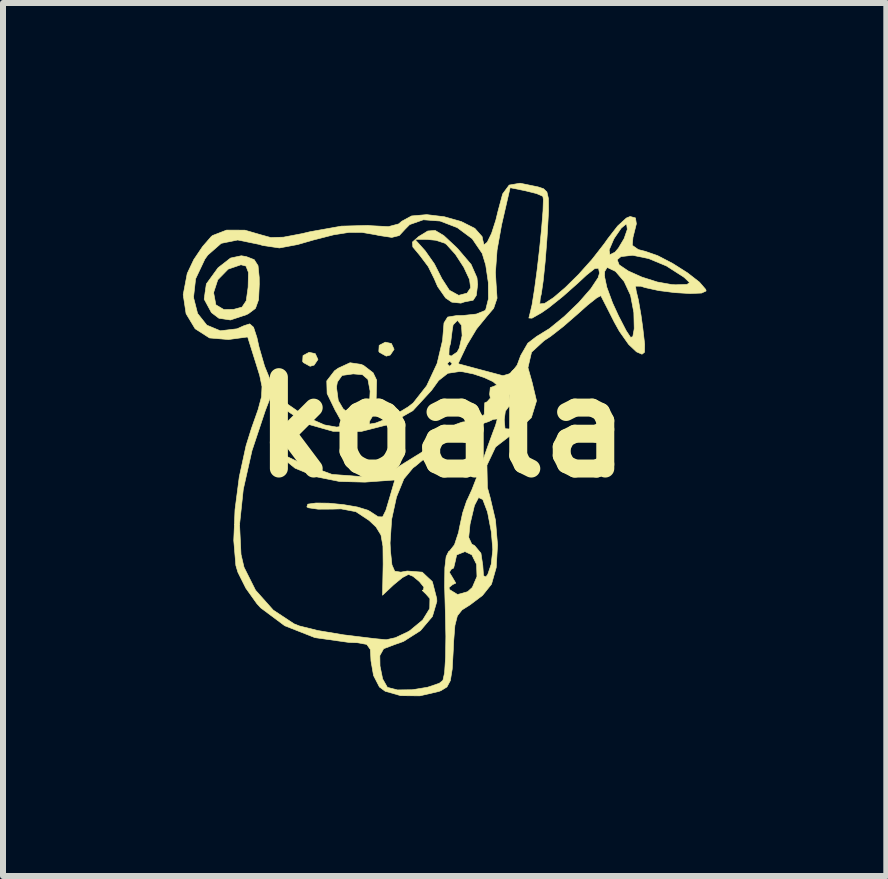
<source format=kicad_pcb>
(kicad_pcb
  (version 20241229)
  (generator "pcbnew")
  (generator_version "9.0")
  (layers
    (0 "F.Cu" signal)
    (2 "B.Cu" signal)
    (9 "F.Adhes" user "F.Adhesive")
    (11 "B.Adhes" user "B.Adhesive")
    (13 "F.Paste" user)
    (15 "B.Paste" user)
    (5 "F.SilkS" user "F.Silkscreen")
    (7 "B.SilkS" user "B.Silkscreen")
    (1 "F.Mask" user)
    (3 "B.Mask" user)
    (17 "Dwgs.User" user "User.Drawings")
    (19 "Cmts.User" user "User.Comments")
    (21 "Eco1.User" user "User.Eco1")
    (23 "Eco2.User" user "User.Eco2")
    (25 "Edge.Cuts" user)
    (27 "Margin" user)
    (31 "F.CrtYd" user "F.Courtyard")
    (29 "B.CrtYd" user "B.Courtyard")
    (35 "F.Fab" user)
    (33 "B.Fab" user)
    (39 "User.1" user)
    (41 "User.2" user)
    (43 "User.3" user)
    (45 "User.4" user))
  (footprint "koala"
    (layer "F.Cu")
    (at 4.322 4.074)
    (property "Reference" "koala" (at 0 0 0) (layer "F.SilkS") (effects (font (size 1.524 1.524) (thickness 0.3))))
    (attr through_hole)
    (fp_poly (pts (xy -2.115 -1.227) (xy -2.07 -1.129) (xy -2.134 -1.035) (xy -2.201 -1.016) (xy -2.312 -1.077) (xy -2.325 -1.095) (xy -2.319 -1.195) (xy -2.217 -1.249) (xy -2.115 -1.227)) (stroke (width 0.01) (type solid)) (fill yes) (layer "F.SilkS"))
    (fp_poly (pts (xy -0.845 -1.396) (xy -0.8 -1.299) (xy -0.864 -1.204) (xy -0.931 -1.185) (xy -1.042 -1.246) (xy -1.055 -1.264) (xy -1.049 -1.365) (xy -0.947 -1.418) (xy -0.845 -1.396)) (stroke (width 0.01) (type solid)) (fill yes) (layer "F.SilkS"))
    (fp_poly (pts (xy -3.265 -2.845) (xy -3.133 -2.794) (xy -3.069 -2.694) (xy -3.049 -2.495) (xy -3.048 -2.383) (xy -3.06 -2.126) (xy -3.112 -1.981) (xy -3.229 -1.893) (xy -3.264 -1.876) (xy -3.529 -1.788) (xy -3.722 -1.817) (xy -3.846 -1.911) (xy -3.967 -2.135) (xy -3.952 -2.245) (xy -3.81 -2.245) (xy -3.772 -2.041) (xy -3.639 -1.962) (xy -3.475 -1.965) (xy -3.336 -2.003) (xy -3.266 -2.108) (xy -3.235 -2.33) (xy -3.234 -2.349) (xy -3.229 -2.581) (xy -3.27 -2.687) (xy -3.354 -2.709) (xy -3.567 -2.636) (xy -3.74 -2.459) (xy -3.81 -2.245) (xy -3.952 -2.245) (xy -3.931 -2.389) (xy -3.74 -2.653) (xy -3.731 -2.662) (xy -3.527 -2.821) (xy -3.348 -2.859) (xy -3.265 -2.845)) (stroke (width 0.01) (type solid)) (fill yes) (layer "F.SilkS"))
    (fp_poly (pts (xy 0.03 -3.194) (xy 0.241 -2.997) (xy 0.264 -2.973) (xy 0.484 -2.715) (xy 0.582 -2.492) (xy 0.593 -2.381) (xy 0.571 -2.198) (xy 0.518 -2.117) (xy 0.515 -2.117) (xy 0.371 -2.089) (xy 0.314 -2.069) (xy 0.162 -2.085) (xy 0.059 -2.155) (xy -0.075 -2.347) (xy -0.131 -2.477) (xy -0.231 -2.679) (xy -0.37 -2.864) (xy -0.488 -3.006) (xy -0.494 -3.088) (xy -0.449 -3.128) (xy -0.282 -2.942) (xy -0.128 -2.723) (xy -0.003 -2.477) (xy 0.122 -2.284) (xy 0.277 -2.199) (xy 0.417 -2.236) (xy 0.476 -2.325) (xy 0.458 -2.463) (xy 0.362 -2.668) (xy 0.223 -2.882) (xy 0.075 -3.046) (xy 0.046 -3.068) (xy -0.103 -3.117) (xy -0.248 -3.131) (xy -0.443 -3.133) (xy -0.392 -3.178) (xy -0.386 -3.182) (xy -0.239 -3.272) (xy -0.115 -3.281) (xy 0.03 -3.194)) (stroke (width 0.01) (type solid)) (fill yes) (layer "F.SilkS"))
    (fp_poly (pts (xy 1.598 -4.008) (xy 1.599 -4.008) (xy 1.692 -3.977) (xy 1.748 -3.923) (xy 1.774 -3.812) (xy 1.776 -3.611) (xy 1.758 -3.286) (xy 1.748 -3.127) (xy 1.719 -2.756) (xy 1.686 -2.438) (xy 1.654 -2.219) (xy 1.638 -2.156) (xy 1.629 -2.056) (xy 1.71 -2.064) (xy 1.859 -2.161) (xy 2.055 -2.329) (xy 2.275 -2.546) (xy 2.496 -2.793) (xy 2.92 -2.793) (xy 2.953 -2.708) (xy 3.105 -2.605) (xy 3.333 -2.503) (xy 3.591 -2.421) (xy 3.834 -2.378) (xy 3.895 -2.375) (xy 4.085 -2.381) (xy 4.127 -2.412) (xy 4.044 -2.492) (xy 4.022 -2.509) (xy 3.741 -2.689) (xy 3.446 -2.812) (xy 3.178 -2.867) (xy 2.983 -2.845) (xy 2.92 -2.793) (xy 2.496 -2.793) (xy 2.499 -2.796) (xy 2.624 -2.956) (xy 2.786 -2.956) (xy 2.798 -2.876) (xy 2.883 -2.919) (xy 2.94 -2.985) (xy 3.036 -3.146) (xy 3.089 -3.299) (xy 3.078 -3.383) (xy 3.067 -3.386) (xy 2.988 -3.32) (xy 2.876 -3.158) (xy 2.861 -3.132) (xy 2.786 -2.956) (xy 2.624 -2.956) (xy 2.704 -3.059) (xy 2.765 -3.145) (xy 2.927 -3.354) (xy 3.073 -3.488) (xy 3.136 -3.514) (xy 3.225 -3.49) (xy 3.24 -3.392) (xy 3.187 -3.18) (xy 3.183 -3.165) (xy 3.172 -3.033) (xy 3.273 -2.962) (xy 3.388 -2.933) (xy 3.595 -2.861) (xy 3.845 -2.731) (xy 4.093 -2.574) (xy 4.292 -2.419) (xy 4.397 -2.297) (xy 4.403 -2.272) (xy 4.328 -2.237) (xy 4.137 -2.229) (xy 3.882 -2.244) (xy 3.614 -2.278) (xy 3.382 -2.329) (xy 3.316 -2.351) (xy 3.226 -2.352) (xy 3.237 -2.272) (xy 3.274 -2.12) (xy 3.318 -1.865) (xy 3.347 -1.655) (xy 3.378 -1.385) (xy 3.376 -1.25) (xy 3.334 -1.217) (xy 3.244 -1.256) (xy 3.242 -1.257) (xy 3.111 -1.381) (xy 2.956 -1.601) (xy 2.872 -1.752) (xy 2.754 -1.985) (xy 2.671 -2.147) (xy 2.648 -2.193) (xy 2.581 -2.158) (xy 2.427 -2.036) (xy 2.258 -1.885) (xy 2.022 -1.68) (xy 1.808 -1.513) (xy 1.701 -1.443) (xy 1.492 -1.251) (xy 1.432 -0.993) (xy 1.502 -0.746) (xy 1.575 -0.439) (xy 1.489 -0.159) (xy 1.253 0.065) (xy 1.187 0.102) (xy 0.892 0.33) (xy 0.748 0.634) (xy 0.756 1.007) (xy 0.802 1.174) (xy 0.891 1.553) (xy 0.925 1.963) (xy 0.903 2.34) (xy 0.824 2.618) (xy 0.675 2.805) (xy 0.466 2.963) (xy 0.333 3.047) (xy 0.255 3.146) (xy 0.214 3.307) (xy 0.193 3.573) (xy 0.187 3.714) (xy 0.169 4.034) (xy 0.138 4.226) (xy 0.081 4.332) (xy -0.018 4.393) (xy -0.052 4.406) (xy -0.37 4.48) (xy -0.69 4.477) (xy -0.949 4.403) (xy -1.045 4.332) (xy -1.143 4.141) (xy -1.186 3.894) (xy -1.186 3.888) (xy -1.19 3.808) (xy -1.038 3.808) (xy -1.035 3.982) (xy -0.991 4.198) (xy -0.914 4.334) (xy -0.908 4.339) (xy -0.745 4.381) (xy -0.5 4.378) (xy -0.244 4.337) (xy -0.046 4.27) (xy 0.014 4.221) (xy 0.042 4.095) (xy 0.058 3.838) (xy 0.063 3.488) (xy 0.055 3.106) (xy 0.043 2.676) (xy 0.114 2.676) (xy 0.127 2.709) (xy 0.258 2.79) (xy 0.426 2.743) (xy 0.504 2.672) (xy 0.582 2.49) (xy 0.575 2.287) (xy 0.496 2.128) (xy 0.381 2.074) (xy 0.243 2.13) (xy 0.223 2.223) (xy 0.193 2.348) (xy 0.15 2.371) (xy 0.122 2.421) (xy 0.169 2.498) (xy 0.229 2.6) (xy 0.175 2.625) (xy 0.114 2.676) (xy 0.043 2.676) (xy 0.042 2.651) (xy 0.046 2.343) (xy 0.068 2.158) (xy 0.11 2.072) (xy 0.126 2.063) (xy 0.207 1.96) (xy 0.247 1.838) (xy 0.444 1.838) (xy 0.495 1.949) (xy 0.543 1.975) (xy 0.648 2.101) (xy 0.679 2.305) (xy 0.691 2.477) (xy 0.73 2.496) (xy 0.762 2.455) (xy 0.819 2.286) (xy 0.845 2.049) (xy 0.845 2.032) (xy 0.821 1.745) (xy 0.762 1.436) (xy 0.753 1.402) (xy 0.679 1.206) (xy 0.609 1.173) (xy 0.54 1.305) (xy 0.469 1.604) (xy 0.466 1.618) (xy 0.444 1.838) (xy 0.247 1.838) (xy 0.275 1.754) (xy 0.288 1.684) (xy 0.343 1.429) (xy 0.41 1.229) (xy 0.424 1.203) (xy 0.496 1.045) (xy 0.595 0.791) (xy 0.666 0.593) (xy 0.766 0.308) (xy 0.853 0.071) (xy 0.892 -0.031) (xy 0.918 -0.124) (xy 1.037 -0.124) (xy 1.05 0.025) (xy 1.122 0.03) (xy 1.217 -0.028) (xy 1.352 -0.184) (xy 1.397 -0.438) (xy 1.397 -0.469) (xy 1.366 -0.715) (xy 1.279 -0.83) (xy 1.278 -0.83) (xy 1.196 -0.819) (xy 1.212 -0.731) (xy 1.215 -0.616) (xy 1.174 -0.593) (xy 1.119 -0.531) (xy 1.131 -0.466) (xy 1.138 -0.356) (xy 1.109 -0.339) (xy 1.055 -0.266) (xy 1.037 -0.124) (xy 0.918 -0.124) (xy 0.922 -0.138) (xy 0.851 -0.13) (xy 0.78 -0.095) (xy 0.553 -0.017) (xy 0.414 0) (xy 0.24 0.06) (xy 0.032 0.21) (xy -0.036 0.277) (xy -0.244 0.48) (xy -0.441 0.647) (xy -0.485 0.679) (xy -0.637 0.862) (xy -0.76 1.164) (xy -0.841 1.536) (xy -0.867 1.93) (xy -0.861 2.06) (xy -0.836 2.295) (xy -0.79 2.401) (xy -0.688 2.417) (xy -0.581 2.398) (xy -0.331 2.417) (xy -0.162 2.576) (xy -0.089 2.858) (xy -0.087 2.904) (xy -0.161 3.156) (xy -0.361 3.393) (xy -0.644 3.573) (xy -0.797 3.627) (xy -0.974 3.694) (xy -1.038 3.808) (xy -1.19 3.808) (xy -1.196 3.707) (xy -1.256 3.622) (xy -1.414 3.594) (xy -1.553 3.589) (xy -2.121 3.509) (xy -2.624 3.311) (xy -3.025 3.012) (xy -3.088 2.943) (xy -3.272 2.685) (xy -3.405 2.419) (xy -3.439 2.305) (xy -3.474 1.888) (xy -3.463 1.624) (xy -3.377 1.624) (xy -3.353 2.121) (xy -3.303 2.335) (xy -3.111 2.718) (xy -2.815 3.05) (xy -2.468 3.279) (xy -2.377 3.315) (xy -2.074 3.39) (xy -1.645 3.462) (xy -1.13 3.525) (xy -0.931 3.544) (xy -0.778 3.51) (xy -0.569 3.411) (xy -0.537 3.392) (xy -0.324 3.216) (xy -0.206 3.024) (xy -0.203 2.858) (xy -0.266 2.785) (xy -0.331 2.722) (xy -0.311 2.711) (xy -0.303 2.667) (xy -0.378 2.575) (xy -0.484 2.487) (xy -0.56 2.455) (xy -0.662 2.508) (xy -0.808 2.628) (xy -0.993 2.802) (xy -0.983 2.283) (xy -0.986 1.985) (xy -1.019 1.798) (xy -1.102 1.663) (xy -1.218 1.554) (xy -1.437 1.409) (xy -1.684 1.362) (xy -1.829 1.366) (xy -2.067 1.367) (xy -2.228 1.344) (xy -2.255 1.329) (xy -2.239 1.283) (xy -2.102 1.264) (xy -1.888 1.267) (xy -1.643 1.291) (xy -1.411 1.331) (xy -1.238 1.384) (xy -1.199 1.406) (xy -1.067 1.493) (xy -0.992 1.496) (xy -0.937 1.386) (xy -0.876 1.181) (xy -0.788 0.88) (xy -1.286 0.916) (xy -1.711 0.905) (xy -2.117 0.823) (xy -2.452 0.683) (xy -2.638 0.534) (xy -2.668 0.471) (xy -2.578 0.493) (xy -2.391 0.582) (xy -1.836 0.787) (xy -1.302 0.827) (xy -0.801 0.704) (xy -0.341 0.419) (xy -0.202 0.291) (xy 0.021 0.093) (xy 0.22 -0.044) (xy 0.334 -0.085) (xy 0.578 -0.119) (xy 0.703 -0.212) (xy 0.705 -0.303) (xy 0.712 -0.408) (xy 0.75 -0.423) (xy 0.805 -0.485) (xy 0.793 -0.55) (xy 0.804 -0.661) (xy 0.859 -0.68) (xy 0.914 -0.705) (xy 0.849 -0.76) (xy 0.705 -0.827) (xy 0.523 -0.888) (xy 0.346 -0.924) (xy 0.289 -0.928) (xy 0.096 -0.899) (xy -0.058 -0.778) (xy -0.176 -0.614) (xy -0.488 -0.275) (xy -0.892 -0.045) (xy -1.348 0.071) (xy -1.817 0.069) (xy -2.261 -0.057) (xy -2.634 -0.306) (xy -2.855 -0.517) (xy -2.947 -0.279) (xy -3.17 0.391) (xy -3.315 1.036) (xy -3.377 1.624) (xy -3.463 1.624) (xy -3.453 1.375) (xy -3.382 0.829) (xy -3.269 0.309) (xy -3.179 0.021) (xy -3.068 -0.293) (xy -3.011 -0.507) (xy -3.003 -0.677) (xy -3.041 -0.862) (xy -3.099 -1.049) (xy -3.242 -1.505) (xy -3.562 -1.462) (xy -3.878 -1.488) (xy -4.118 -1.642) (xy -4.269 -1.893) (xy -4.31 -2.164) (xy -4.145 -2.164) (xy -4.077 -1.897) (xy -3.923 -1.702) (xy -3.698 -1.608) (xy -3.419 -1.641) (xy -3.303 -1.693) (xy -3.208 -1.723) (xy -3.144 -1.667) (xy -3.087 -1.493) (xy -3.053 -1.339) (xy -2.96 -1.018) (xy -2.835 -0.714) (xy -2.779 -0.61) (xy -2.571 -0.381) (xy -2.275 -0.176) (xy -1.96 -0.038) (xy -1.758 -0.002) (xy -1.671 -0.014) (xy -1.671 -0.082) (xy -1.76 -0.244) (xy -1.779 -0.275) (xy -1.917 -0.561) (xy -1.92 -0.667) (xy -1.761 -0.667) (xy -1.731 -0.445) (xy -1.65 -0.307) (xy -1.501 -0.189) (xy -1.372 -0.194) (xy -1.285 -0.243) (xy -1.21 -0.38) (xy -1.2 -0.602) (xy -1.237 -0.798) (xy -1.328 -0.876) (xy -1.482 -0.889) (xy -1.668 -0.863) (xy -1.746 -0.753) (xy -1.761 -0.667) (xy -1.92 -0.667) (xy -1.923 -0.772) (xy -1.794 -0.94) (xy -1.732 -0.984) (xy -1.535 -1.075) (xy -1.351 -1.048) (xy -1.309 -1.03) (xy -1.15 -0.908) (xy -1.091 -0.785) (xy -1.1 -0.435) (xy -1.167 -0.171) (xy -1.211 -0.097) (xy -1.213 -0.051) (xy -1.109 -0.069) (xy -0.939 -0.135) (xy -0.743 -0.231) (xy -0.564 -0.34) (xy -0.481 -0.405) (xy -0.257 -0.69) (xy -0.085 -1.058) (xy 0.085 -1.058) (xy 0.127 -1.016) (xy 0.169 -1.058) (xy 0.168 -1.059) (xy 0.267 -1.059) (xy 0.62 -0.964) (xy 0.846 -0.904) (xy 0.993 -0.865) (xy 1.016 -0.859) (xy 1.116 -0.889) (xy 1.157 -0.912) (xy 1.252 -1.036) (xy 1.312 -1.197) (xy 1.43 -1.401) (xy 1.576 -1.513) (xy 1.791 -1.645) (xy 2.038 -1.847) (xy 2.28 -2.08) (xy 2.481 -2.31) (xy 2.604 -2.496) (xy 2.609 -2.515) (xy 2.709 -2.515) (xy 2.747 -2.335) (xy 2.843 -2.073) (xy 2.942 -1.858) (xy 3.07 -1.61) (xy 3.143 -1.499) (xy 3.18 -1.508) (xy 3.201 -1.623) (xy 3.204 -1.649) (xy 3.198 -1.91) (xy 3.145 -2.191) (xy 3.143 -2.2) (xy 3.036 -2.43) (xy 2.896 -2.594) (xy 2.881 -2.604) (xy 2.753 -2.665) (xy 2.712 -2.597) (xy 2.709 -2.515) (xy 2.609 -2.515) (xy 2.625 -2.569) (xy 2.609 -2.652) (xy 2.546 -2.645) (xy 2.408 -2.536) (xy 2.265 -2.403) (xy 2.018 -2.184) (xy 1.777 -1.991) (xy 1.659 -1.909) (xy 1.499 -1.818) (xy 1.447 -1.821) (xy 1.465 -1.892) (xy 1.5 -2.039) (xy 1.541 -2.297) (xy 1.585 -2.624) (xy 1.626 -2.979) (xy 1.66 -3.321) (xy 1.683 -3.607) (xy 1.689 -3.797) (xy 1.681 -3.85) (xy 1.576 -3.896) (xy 1.387 -3.943) (xy 1.135 -3.994) (xy 0.992 -3.373) (xy 0.917 -2.953) (xy 0.89 -2.582) (xy 0.9 -2.402) (xy 0.917 -2.151) (xy 0.86 -1.982) (xy 0.751 -1.854) (xy 0.575 -1.638) (xy 0.419 -1.378) (xy 0.409 -1.358) (xy 0.267 -1.059) (xy 0.168 -1.059) (xy 0.127 -1.101) (xy 0.085 -1.058) (xy -0.085 -1.058) (xy -0.082 -1.065) (xy -0.049 -1.206) (xy 0.114 -1.206) (xy 0.151 -1.185) (xy 0.251 -1.253) (xy 0.287 -1.319) (xy 0.334 -1.526) (xy 0.324 -1.7) (xy 0.259 -1.778) (xy 0.254 -1.778) (xy 0.184 -1.707) (xy 0.169 -1.616) (xy 0.142 -1.403) (xy 0.118 -1.319) (xy 0.114 -1.206) (xy -0.049 -1.206) (xy 0.009 -1.451) (xy 0.014 -1.522) (xy 0.032 -1.739) (xy 0.093 -1.837) (xy 0.245 -1.862) (xy 0.348 -1.863) (xy 0.571 -1.887) (xy 0.715 -1.945) (xy 0.728 -1.961) (xy 0.773 -2.141) (xy 0.771 -2.413) (xy 0.728 -2.704) (xy 0.669 -2.898) (xy 0.502 -3.143) (xy 0.253 -3.328) (xy -0.033 -3.438) (xy -0.312 -3.459) (xy -0.54 -3.379) (xy -0.619 -3.299) (xy -0.714 -3.196) (xy -0.838 -3.165) (xy -1.052 -3.197) (xy -1.111 -3.21) (xy -1.333 -3.248) (xy -1.55 -3.249) (xy -1.809 -3.208) (xy -2.156 -3.119) (xy -2.408 -3.046) (xy -2.712 -2.989) (xy -2.993 -3.031) (xy -3.047 -3.048) (xy -3.408 -3.122) (xy -3.683 -3.066) (xy -3.906 -2.871) (xy -3.955 -2.803) (xy -4.11 -2.475) (xy -4.145 -2.164) (xy -4.31 -2.164) (xy -4.317 -2.21) (xy -4.25 -2.563) (xy -4.141 -2.794) (xy -3.994 -3.012) (xy -3.853 -3.175) (xy -3.829 -3.196) (xy -3.594 -3.287) (xy -3.289 -3.286) (xy -3.016 -3.207) (xy -2.857 -3.163) (xy -2.645 -3.169) (xy -2.335 -3.228) (xy -2.2 -3.26) (xy -1.679 -3.353) (xy -1.236 -3.365) (xy -1.184 -3.36) (xy -0.894 -3.345) (xy -0.724 -3.39) (xy -0.673 -3.434) (xy -0.509 -3.523) (xy -0.256 -3.545) (xy 0.036 -3.51) (xy 0.319 -3.43) (xy 0.546 -3.316) (xy 0.668 -3.178) (xy 0.677 -3.129) (xy 0.699 -3.041) (xy 0.753 -3.085) (xy 0.825 -3.232) (xy 0.896 -3.452) (xy 0.932 -3.6) (xy 1.01 -3.89) (xy 1.119 -4.038) (xy 1.301 -4.069) (xy 1.598 -4.008)) (stroke (width 0.01) (type solid)) (fill yes) (layer "F.SilkS")))
  (gr_rect
    (start -3 -3)
    (end 11.73 11.558)
    (stroke (width 0.1) (type default))
    (fill no)
    (layer "Edge.Cuts")))
</source>
